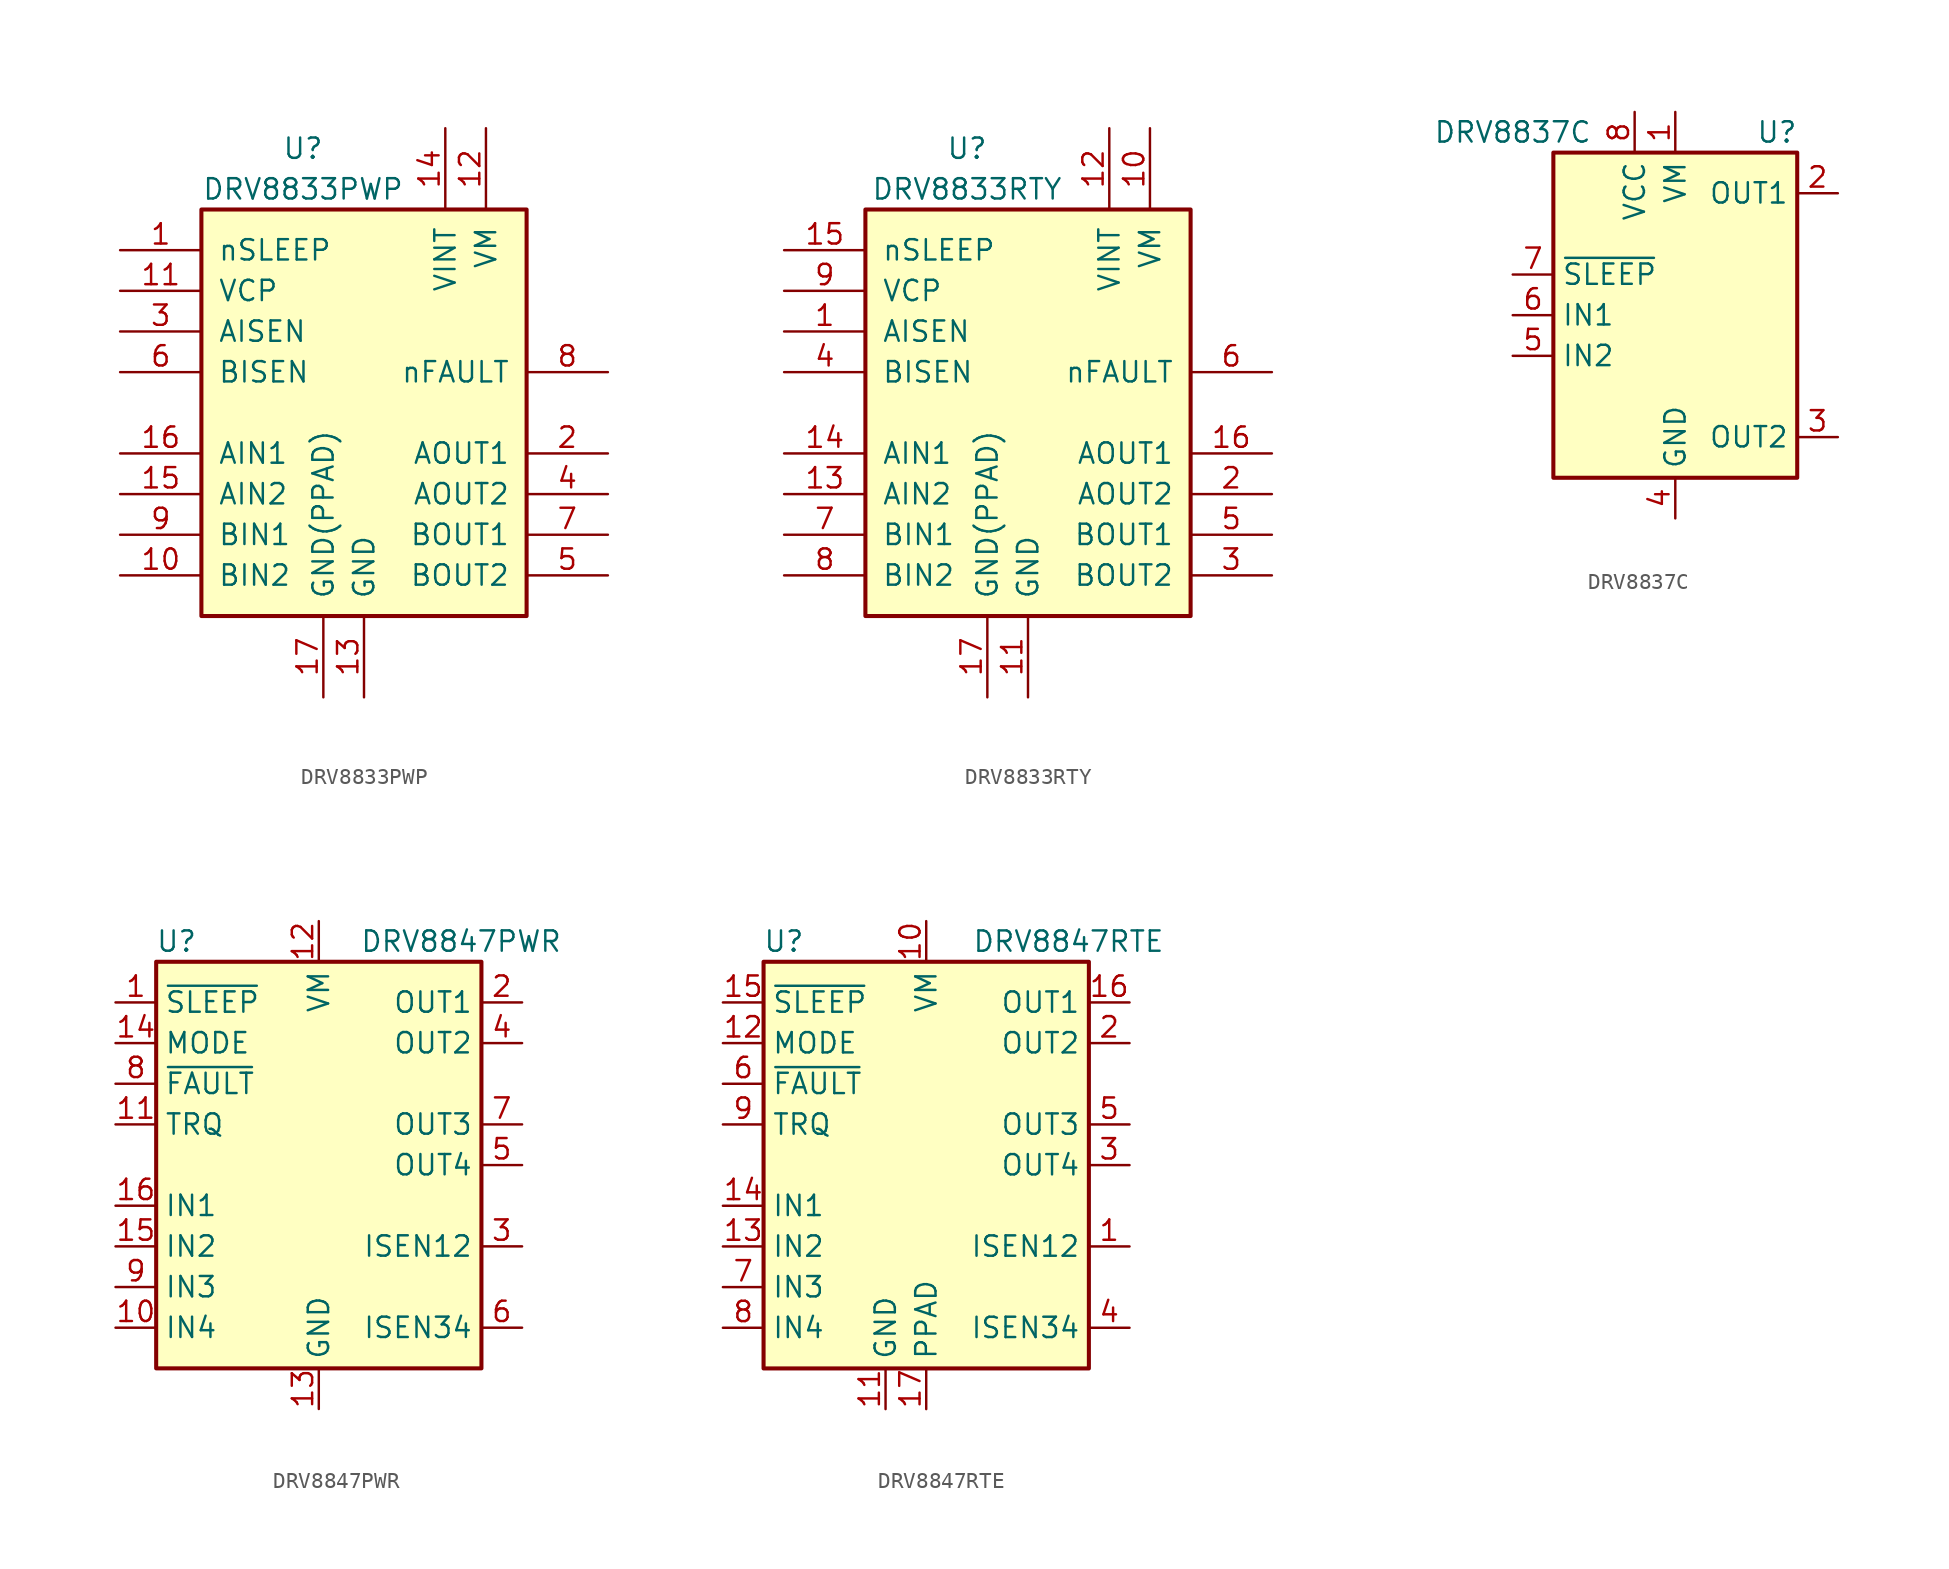
<source format=kicad_sym>
(kicad_symbol_lib
  (version 20201005)
  (generator kicad_symbol_editor)
  (symbol "Driver_Motor:DRV8833PWP"
    (pin_names
      (offset 1.016))
    (property "Reference" "U"
      (at -3.81 16.51 0)
      (effects (font (size 1.27 1.27))))
    (property "Value" "DRV8833PWP"
      (at -3.81 13.97 0)
      (effects (font (size 1.27 1.27))))
    (symbol "DRV8833PWP_0_1"
      (rectangle (start -10.16 12.7) (end 10.16 -12.7) (stroke (width 0.254)) (fill (type background))))
    (symbol "DRV8833PWP_1_1"
      (pin input line (at -15.24 10.16 0) (length 5.08) (name "nSLEEP" (effects (font (size 1.27 1.27)))) (number "1" (effects (font (size 1.27 1.27)))))
      (pin input line (at -15.24 -10.16 0) (length 5.08) (name "BIN2" (effects (font (size 1.27 1.27)))) (number "10" (effects (font (size 1.27 1.27)))))
      (pin bidirectional line (at -15.24 7.62 0) (length 5.08) (name "VCP" (effects (font (size 1.27 1.27)))) (number "11" (effects (font (size 1.27 1.27)))))
      (pin power_in line (at 7.62 17.78 270) (length 5.08) (name "VM" (effects (font (size 1.27 1.27)))) (number "12" (effects (font (size 1.27 1.27)))))
      (pin power_in line (at 0 -17.78 90) (length 5.08) (name "GND" (effects (font (size 1.27 1.27)))) (number "13" (effects (font (size 1.27 1.27)))))
      (pin power_in line (at 5.08 17.78 270) (length 5.08) (name "VINT" (effects (font (size 1.27 1.27)))) (number "14" (effects (font (size 1.27 1.27)))))
      (pin input line (at -15.24 -5.08 0) (length 5.08) (name "AIN2" (effects (font (size 1.27 1.27)))) (number "15" (effects (font (size 1.27 1.27)))))
      (pin input line (at -15.24 -2.54 0) (length 5.08) (name "AIN1" (effects (font (size 1.27 1.27)))) (number "16" (effects (font (size 1.27 1.27)))))
      (pin power_in line (at -2.54 -17.78 90) (length 5.08) (name "GND(PPAD)" (effects (font (size 1.27 1.27)))) (number "17" (effects (font (size 1.27 1.27)))))
      (pin power_out line (at 15.24 -2.54 180) (length 5.08) (name "AOUT1" (effects (font (size 1.27 1.27)))) (number "2" (effects (font (size 1.27 1.27)))))
      (pin bidirectional line (at -15.24 5.08 0) (length 5.08) (name "AISEN" (effects (font (size 1.27 1.27)))) (number "3" (effects (font (size 1.27 1.27)))))
      (pin power_out line (at 15.24 -5.08 180) (length 5.08) (name "AOUT2" (effects (font (size 1.27 1.27)))) (number "4" (effects (font (size 1.27 1.27)))))
      (pin power_out line (at 15.24 -10.16 180) (length 5.08) (name "BOUT2" (effects (font (size 1.27 1.27)))) (number "5" (effects (font (size 1.27 1.27)))))
      (pin bidirectional line (at -15.24 2.54 0) (length 5.08) (name "BISEN" (effects (font (size 1.27 1.27)))) (number "6" (effects (font (size 1.27 1.27)))))
      (pin power_out line (at 15.24 -7.62 180) (length 5.08) (name "BOUT1" (effects (font (size 1.27 1.27)))) (number "7" (effects (font (size 1.27 1.27)))))
      (pin open_collector line (at 15.24 2.54 180) (length 5.08) (name "nFAULT" (effects (font (size 1.27 1.27)))) (number "8" (effects (font (size 1.27 1.27)))))
      (pin input line (at -15.24 -7.62 0) (length 5.08) (name "BIN1" (effects (font (size 1.27 1.27)))) (number "9" (effects (font (size 1.27 1.27)))))))
  (symbol "Driver_Motor:DRV8833RTY"
    (pin_names
      (offset 1.016))
    (property "Reference" "U"
      (at -3.81 16.51 0)
      (effects (font (size 1.27 1.27))))
    (property "Value" "DRV8833RTY"
      (at -3.81 13.97 0)
      (effects (font (size 1.27 1.27))))
    (symbol "DRV8833RTY_0_1"
      (rectangle (start -10.16 12.7) (end 10.16 -12.7) (stroke (width 0.254)) (fill (type background))))
    (symbol "DRV8833RTY_1_1"
      (pin bidirectional line (at -15.24 5.08 0) (length 5.08) (name "AISEN" (effects (font (size 1.27 1.27)))) (number "1" (effects (font (size 1.27 1.27)))))
      (pin power_in line (at 7.62 17.78 270) (length 5.08) (name "VM" (effects (font (size 1.27 1.27)))) (number "10" (effects (font (size 1.27 1.27)))))
      (pin power_in line (at 0 -17.78 90) (length 5.08) (name "GND" (effects (font (size 1.27 1.27)))) (number "11" (effects (font (size 1.27 1.27)))))
      (pin power_in line (at 5.08 17.78 270) (length 5.08) (name "VINT" (effects (font (size 1.27 1.27)))) (number "12" (effects (font (size 1.27 1.27)))))
      (pin input line (at -15.24 -5.08 0) (length 5.08) (name "AIN2" (effects (font (size 1.27 1.27)))) (number "13" (effects (font (size 1.27 1.27)))))
      (pin input line (at -15.24 -2.54 0) (length 5.08) (name "AIN1" (effects (font (size 1.27 1.27)))) (number "14" (effects (font (size 1.27 1.27)))))
      (pin input line (at -15.24 10.16 0) (length 5.08) (name "nSLEEP" (effects (font (size 1.27 1.27)))) (number "15" (effects (font (size 1.27 1.27)))))
      (pin power_out line (at 15.24 -2.54 180) (length 5.08) (name "AOUT1" (effects (font (size 1.27 1.27)))) (number "16" (effects (font (size 1.27 1.27)))))
      (pin power_in line (at -2.54 -17.78 90) (length 5.08) (name "GND(PPAD)" (effects (font (size 1.27 1.27)))) (number "17" (effects (font (size 1.27 1.27)))))
      (pin power_out line (at 15.24 -5.08 180) (length 5.08) (name "AOUT2" (effects (font (size 1.27 1.27)))) (number "2" (effects (font (size 1.27 1.27)))))
      (pin power_out line (at 15.24 -10.16 180) (length 5.08) (name "BOUT2" (effects (font (size 1.27 1.27)))) (number "3" (effects (font (size 1.27 1.27)))))
      (pin bidirectional line (at -15.24 2.54 0) (length 5.08) (name "BISEN" (effects (font (size 1.27 1.27)))) (number "4" (effects (font (size 1.27 1.27)))))
      (pin power_out line (at 15.24 -7.62 180) (length 5.08) (name "BOUT1" (effects (font (size 1.27 1.27)))) (number "5" (effects (font (size 1.27 1.27)))))
      (pin open_collector line (at 15.24 2.54 180) (length 5.08) (name "nFAULT" (effects (font (size 1.27 1.27)))) (number "6" (effects (font (size 1.27 1.27)))))
      (pin input line (at -15.24 -7.62 0) (length 5.08) (name "BIN1" (effects (font (size 1.27 1.27)))) (number "7" (effects (font (size 1.27 1.27)))))
      (pin input line (at -15.24 -10.16 0) (length 5.08) (name "BIN2" (effects (font (size 1.27 1.27)))) (number "8" (effects (font (size 1.27 1.27)))))
      (pin bidirectional line (at -15.24 7.62 0) (length 5.08) (name "VCP" (effects (font (size 1.27 1.27)))) (number "9" (effects (font (size 1.27 1.27)))))))
  (symbol "Driver_Motor:DRV8837C"
    (property "Reference" "U"
      (at 6.35 11.43 0)
      (effects (font (size 1.27 1.27))))
    (property "Value" "DRV8837C"
      (at -10.16 11.43 0)
      (effects (font (size 1.27 1.27))))
    (symbol "DRV8837C_0_1"
      (rectangle (start -7.62 10.16) (end 7.62 -10.16) (stroke (width 0.254)) (fill (type background))))
    (symbol "DRV8837C_1_1"
      (pin power_in line (at 0 12.7 270) (length 2.54) (name "VM" (effects (font (size 1.27 1.27)))) (number "1" (effects (font (size 1.27 1.27)))))
      (pin output line (at 10.16 7.62 180) (length 2.54) (name "OUT1" (effects (font (size 1.27 1.27)))) (number "2" (effects (font (size 1.27 1.27)))))
      (pin output line (at 10.16 -7.62 180) (length 2.54) (name "OUT2" (effects (font (size 1.27 1.27)))) (number "3" (effects (font (size 1.27 1.27)))))
      (pin power_in line (at 0 -12.7 90) (length 2.54) (name "GND" (effects (font (size 1.27 1.27)))) (number "4" (effects (font (size 1.27 1.27)))))
      (pin input line (at -10.16 -2.54 0) (length 2.54) (name "IN2" (effects (font (size 1.27 1.27)))) (number "5" (effects (font (size 1.27 1.27)))))
      (pin input line (at -10.16 0 0) (length 2.54) (name "IN1" (effects (font (size 1.27 1.27)))) (number "6" (effects (font (size 1.27 1.27)))))
      (pin input line (at -10.16 2.54 0) (length 2.54) (name "~SLEEP" (effects (font (size 1.27 1.27)))) (number "7" (effects (font (size 1.27 1.27)))))
      (pin power_in line (at -2.54 12.7 270) (length 2.54) (name "VCC" (effects (font (size 1.27 1.27)))) (number "8" (effects (font (size 1.27 1.27)))))
      (pin passive line (at 0 -12.7 90) (length 2.54) hide (name "GND" (effects (font (size 1.27 1.27)))) (number "9" (effects (font (size 1.27 1.27)))))))
  (symbol "Driver_Motor:DRV8847PWR"
    (property "Reference" "U"
      (at -8.89 13.97 0)
      (effects (font (size 1.27 1.27))))
    (property "Value" "DRV8847PWR"
      (at 8.89 13.97 0)
      (effects (font (size 1.27 1.27))))
    (symbol "DRV8847PWR_0_1"
      (rectangle (start -10.16 -12.7) (end 10.16 12.7) (stroke (width 0.254)) (fill (type background))))
    (symbol "DRV8847PWR_1_1"
      (pin input line (at -12.7 10.16 0) (length 2.54) (name "~SLEEP" (effects (font (size 1.27 1.27)))) (number "1" (effects (font (size 1.27 1.27)))))
      (pin input line (at -12.7 -10.16 0) (length 2.54) (name "IN4" (effects (font (size 1.27 1.27)))) (number "10" (effects (font (size 1.27 1.27)))))
      (pin input line (at -12.7 2.54 0) (length 2.54) (name "TRQ" (effects (font (size 1.27 1.27)))) (number "11" (effects (font (size 1.27 1.27)))))
      (pin power_in line (at 0 15.24 270) (length 2.54) (name "VM" (effects (font (size 1.27 1.27)))) (number "12" (effects (font (size 1.27 1.27)))))
      (pin power_in line (at 0 -15.24 90) (length 2.54) (name "GND" (effects (font (size 1.27 1.27)))) (number "13" (effects (font (size 1.27 1.27)))))
      (pin input line (at -12.7 7.62 0) (length 2.54) (name "MODE" (effects (font (size 1.27 1.27)))) (number "14" (effects (font (size 1.27 1.27)))))
      (pin input line (at -12.7 -5.08 0) (length 2.54) (name "IN2" (effects (font (size 1.27 1.27)))) (number "15" (effects (font (size 1.27 1.27)))))
      (pin input line (at -12.7 -2.54 0) (length 2.54) (name "IN1" (effects (font (size 1.27 1.27)))) (number "16" (effects (font (size 1.27 1.27)))))
      (pin output line (at 12.7 10.16 180) (length 2.54) (name "OUT1" (effects (font (size 1.27 1.27)))) (number "2" (effects (font (size 1.27 1.27)))))
      (pin passive line (at 12.7 -5.08 180) (length 2.54) (name "ISEN12" (effects (font (size 1.27 1.27)))) (number "3" (effects (font (size 1.27 1.27)))))
      (pin output line (at 12.7 7.62 180) (length 2.54) (name "OUT2" (effects (font (size 1.27 1.27)))) (number "4" (effects (font (size 1.27 1.27)))))
      (pin output line (at 12.7 0 180) (length 2.54) (name "OUT4" (effects (font (size 1.27 1.27)))) (number "5" (effects (font (size 1.27 1.27)))))
      (pin passive line (at 12.7 -10.16 180) (length 2.54) (name "ISEN34" (effects (font (size 1.27 1.27)))) (number "6" (effects (font (size 1.27 1.27)))))
      (pin output line (at 12.7 2.54 180) (length 2.54) (name "OUT3" (effects (font (size 1.27 1.27)))) (number "7" (effects (font (size 1.27 1.27)))))
      (pin open_collector line (at -12.7 5.08 0) (length 2.54) (name "~FAULT" (effects (font (size 1.27 1.27)))) (number "8" (effects (font (size 1.27 1.27)))))
      (pin input line (at -12.7 -7.62 0) (length 2.54) (name "IN3" (effects (font (size 1.27 1.27)))) (number "9" (effects (font (size 1.27 1.27)))))))
  (symbol "Driver_Motor:DRV8847RTE"
    (property "Reference" "U"
      (at -8.89 13.97 0)
      (effects (font (size 1.27 1.27))))
    (property "Value" "DRV8847RTE"
      (at 8.89 13.97 0)
      (effects (font (size 1.27 1.27))))
    (symbol "DRV8847RTE_0_1"
      (rectangle (start -10.16 -12.7) (end 10.16 12.7) (stroke (width 0.254)) (fill (type background))))
    (symbol "DRV8847RTE_1_1"
      (pin passive line (at 12.7 -5.08 180) (length 2.54) (name "ISEN12" (effects (font (size 1.27 1.27)))) (number "1" (effects (font (size 1.27 1.27)))))
      (pin power_in line (at 0 15.24 270) (length 2.54) (name "VM" (effects (font (size 1.27 1.27)))) (number "10" (effects (font (size 1.27 1.27)))))
      (pin power_in line (at -2.54 -15.24 90) (length 2.54) (name "GND" (effects (font (size 1.27 1.27)))) (number "11" (effects (font (size 1.27 1.27)))))
      (pin input line (at -12.7 7.62 0) (length 2.54) (name "MODE" (effects (font (size 1.27 1.27)))) (number "12" (effects (font (size 1.27 1.27)))))
      (pin input line (at -12.7 -5.08 0) (length 2.54) (name "IN2" (effects (font (size 1.27 1.27)))) (number "13" (effects (font (size 1.27 1.27)))))
      (pin input line (at -12.7 -2.54 0) (length 2.54) (name "IN1" (effects (font (size 1.27 1.27)))) (number "14" (effects (font (size 1.27 1.27)))))
      (pin input line (at -12.7 10.16 0) (length 2.54) (name "~SLEEP" (effects (font (size 1.27 1.27)))) (number "15" (effects (font (size 1.27 1.27)))))
      (pin output line (at 12.7 10.16 180) (length 2.54) (name "OUT1" (effects (font (size 1.27 1.27)))) (number "16" (effects (font (size 1.27 1.27)))))
      (pin power_in line (at 0 -15.24 90) (length 2.54) (name "PPAD" (effects (font (size 1.27 1.27)))) (number "17" (effects (font (size 1.27 1.27)))))
      (pin output line (at 12.7 7.62 180) (length 2.54) (name "OUT2" (effects (font (size 1.27 1.27)))) (number "2" (effects (font (size 1.27 1.27)))))
      (pin output line (at 12.7 0 180) (length 2.54) (name "OUT4" (effects (font (size 1.27 1.27)))) (number "3" (effects (font (size 1.27 1.27)))))
      (pin passive line (at 12.7 -10.16 180) (length 2.54) (name "ISEN34" (effects (font (size 1.27 1.27)))) (number "4" (effects (font (size 1.27 1.27)))))
      (pin output line (at 12.7 2.54 180) (length 2.54) (name "OUT3" (effects (font (size 1.27 1.27)))) (number "5" (effects (font (size 1.27 1.27)))))
      (pin open_collector line (at -12.7 5.08 0) (length 2.54) (name "~FAULT" (effects (font (size 1.27 1.27)))) (number "6" (effects (font (size 1.27 1.27)))))
      (pin input line (at -12.7 -7.62 0) (length 2.54) (name "IN3" (effects (font (size 1.27 1.27)))) (number "7" (effects (font (size 1.27 1.27)))))
      (pin input line (at -12.7 -10.16 0) (length 2.54) (name "IN4" (effects (font (size 1.27 1.27)))) (number "8" (effects (font (size 1.27 1.27)))))
      (pin input line (at -12.7 2.54 0) (length 2.54) (name "TRQ" (effects (font (size 1.27 1.27)))) (number "9" (effects (font (size 1.27 1.27))))))))
</source>
